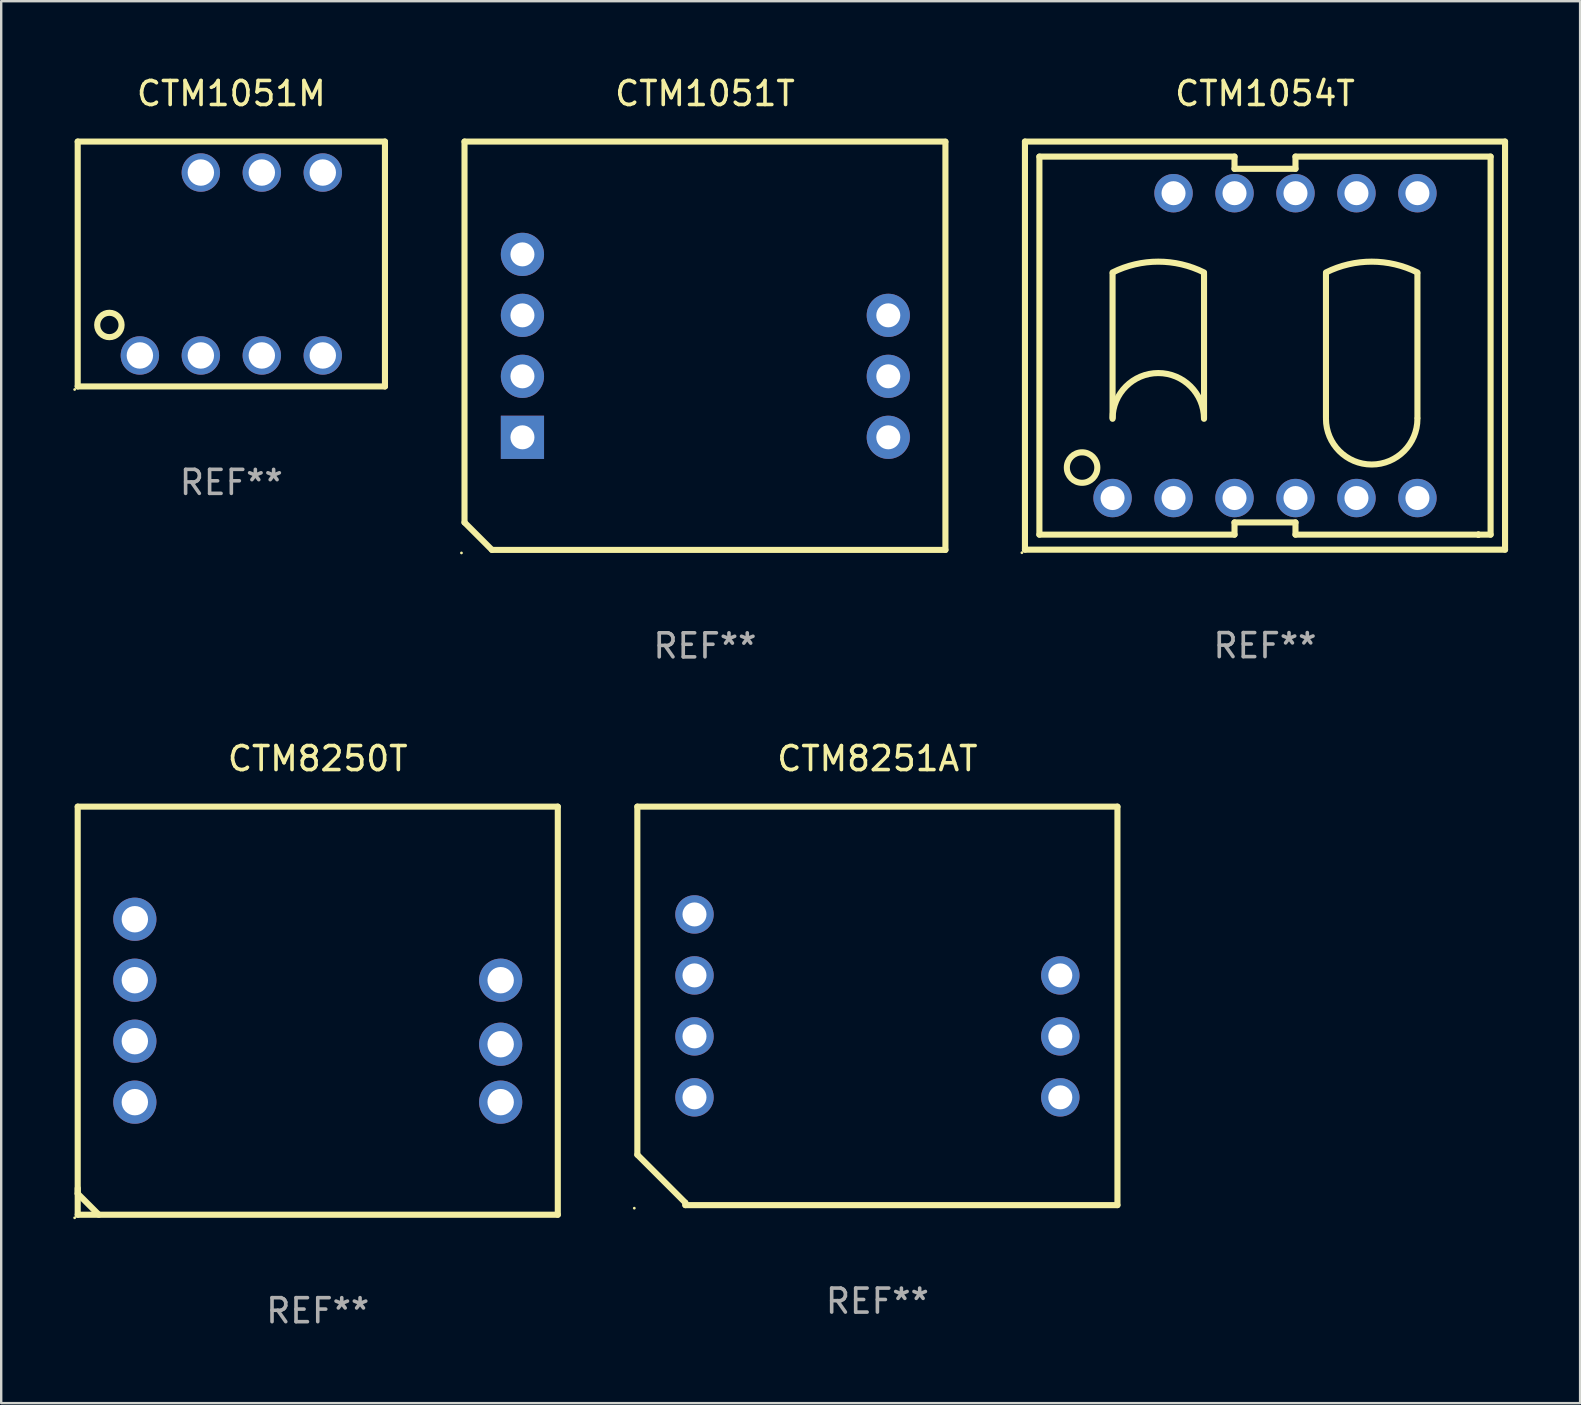
<source format=kicad_pcb>
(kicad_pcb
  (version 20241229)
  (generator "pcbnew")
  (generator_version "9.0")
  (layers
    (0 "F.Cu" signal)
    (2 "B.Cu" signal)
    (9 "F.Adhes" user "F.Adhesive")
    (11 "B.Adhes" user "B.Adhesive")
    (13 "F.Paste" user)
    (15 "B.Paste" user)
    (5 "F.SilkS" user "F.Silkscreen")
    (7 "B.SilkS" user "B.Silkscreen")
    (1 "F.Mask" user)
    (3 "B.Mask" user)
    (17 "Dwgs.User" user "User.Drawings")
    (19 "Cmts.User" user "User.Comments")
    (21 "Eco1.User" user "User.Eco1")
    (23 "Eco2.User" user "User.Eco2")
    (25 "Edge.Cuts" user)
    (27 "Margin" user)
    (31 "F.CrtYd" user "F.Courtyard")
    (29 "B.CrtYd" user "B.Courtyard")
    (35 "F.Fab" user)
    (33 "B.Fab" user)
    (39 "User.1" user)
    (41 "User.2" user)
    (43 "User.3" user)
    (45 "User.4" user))
  (footprint "CTM1054T"
    (layer "F.Cu")
    (at 49.648 11.348)
    (property "Reference" "CTM1054T" (at 0 -10.5 0) (layer "F.SilkS") (effects (font (size 1 1) (thickness 0.15))))
    (attr through_hole)
    (fp_line (start -10 -8.5) (end 10 -8.5) (stroke (width 0.254) (type solid)) (layer "F.SilkS"))
    (fp_line (start -10 8.5) (end -10 -8.5) (stroke (width 0.254) (type solid)) (layer "F.SilkS"))
    (fp_line (start -9.398 -7.874) (end -1.27 -7.874) (stroke (width 0.254) (type solid)) (layer "F.SilkS"))
    (fp_line (start -9.398 7.874) (end -9.398 -7.874) (stroke (width 0.254) (type solid)) (layer "F.SilkS"))
    (fp_line (start -6.35 3) (end -6.35 -3) (stroke (width 0.254) (type solid)) (layer "F.SilkS"))
    (fp_line (start -2.54 3) (end -2.54 -3) (stroke (width 0.254) (type solid)) (layer "F.SilkS"))
    (fp_line (start -1.27 -7.874) (end -1.27 -7.366) (stroke (width 0.254) (type solid)) (layer "F.SilkS"))
    (fp_line (start -1.27 -7.366) (end 1.27 -7.366) (stroke (width 0.254) (type solid)) (layer "F.SilkS"))
    (fp_line (start -1.27 7.366) (end -1.27 7.874) (stroke (width 0.254) (type solid)) (layer "F.SilkS"))
    (fp_line (start -1.27 7.874) (end -9.398 7.874) (stroke (width 0.254) (type solid)) (layer "F.SilkS"))
    (fp_line (start 1.27 -7.874) (end 9.398 -7.874) (stroke (width 0.254) (type solid)) (layer "F.SilkS"))
    (fp_line (start 1.27 -7.366) (end 1.27 -7.874) (stroke (width 0.254) (type solid)) (layer "F.SilkS"))
    (fp_line (start 1.27 7.366) (end -1.27 7.366) (stroke (width 0.254) (type solid)) (layer "F.SilkS"))
    (fp_line (start 1.27 7.874) (end 1.27 7.366) (stroke (width 0.254) (type solid)) (layer "F.SilkS"))
    (fp_line (start 2.54 3) (end 2.54 -3) (stroke (width 0.254) (type solid)) (layer "F.SilkS"))
    (fp_line (start 6.35 3) (end 6.35 -3) (stroke (width 0.254) (type solid)) (layer "F.SilkS"))
    (fp_line (start 8.89 7.874) (end 1.27 7.874) (stroke (width 0.254) (type solid)) (layer "F.SilkS"))
    (fp_line (start 8.89 7.874) (end 8.89 7.874) (stroke (width 0.254) (type solid)) (layer "F.SilkS"))
    (fp_line (start 8.89 7.874) (end 8.89 7.874) (stroke (width 0.254) (type solid)) (layer "F.SilkS"))
    (fp_line (start 9.398 -7.874) (end 9.398 7.874) (stroke (width 0.254) (type solid)) (layer "F.SilkS"))
    (fp_line (start 9.398 7.874) (end 8.89 7.874) (stroke (width 0.254) (type solid)) (layer "F.SilkS"))
    (fp_line (start 10 -8.5) (end 10 8.5) (stroke (width 0.254) (type solid)) (layer "F.SilkS"))
    (fp_line (start 10 8.5) (end -10 8.5) (stroke (width 0.254) (type solid)) (layer "F.SilkS"))
    (fp_arc (start -6.350013 -3.048133) (mid -4.445009 -3.497843) (end -2.540005 -3.048133) (stroke (width 0.254001) (type solid)) (layer "F.SilkS"))
    (fp_arc (start -6.350013 3.047879) (mid -4.445009 1.142875) (end -2.540005 3.047879) (stroke (width 0.254001) (type solid)) (layer "F.SilkS"))
    (fp_arc (start 2.540005 -3.048133) (mid 4.445009 -3.497843) (end 6.350013 -3.048133) (stroke (width 0.254001) (type solid)) (layer "F.SilkS"))
    (fp_arc (start 6.350013 3.047879) (mid 4.445009 4.952883) (end 2.540005 3.047879) (stroke (width 0.254001) (type solid)) (layer "F.SilkS"))
    (fp_circle (center -10.127 8.627) (end -10.097 8.627) (stroke (width 0.06) (type solid)) (fill no) (layer "F.SilkS"))
    (fp_circle (center -7.62 5.08) (end -6.985 5.08) (stroke (width 0.254) (type solid)) (fill no) (layer "F.SilkS"))
    (fp_text user "REF**" (at 0 12.5 0) (layer "F.Fab") (effects (font (size 1 1) (thickness 0.15))))
    (pad "1" thru_hole circle (at -6.35 6.35) (size 1.6 1.6) (drill 1) (layers "*.Cu" "*.Mask"))
    (pad "2" thru_hole circle (at -3.81 6.35) (size 1.6 1.6) (drill 1) (layers "*.Cu" "*.Mask"))
    (pad "3" thru_hole circle (at -1.27 6.35) (size 1.6 1.6) (drill 1) (layers "*.Cu" "*.Mask"))
    (pad "4" thru_hole circle (at 1.27 6.35) (size 1.6 1.6) (drill 1) (layers "*.Cu" "*.Mask"))
    (pad "5" thru_hole circle (at 3.81 6.35) (size 1.6 1.6) (drill 1) (layers "*.Cu" "*.Mask"))
    (pad "6" thru_hole circle (at 6.35 6.35) (size 1.6 1.6) (drill 1) (layers "*.Cu" "*.Mask"))
    (pad "7" thru_hole circle (at 6.35 -6.35) (size 1.6 1.6) (drill 1) (layers "*.Cu" "*.Mask"))
    (pad "8" thru_hole circle (at 3.81 -6.35) (size 1.6 1.6) (drill 1) (layers "*.Cu" "*.Mask"))
    (pad "9" thru_hole circle (at 1.27 -6.35) (size 1.6 1.6) (drill 1) (layers "*.Cu" "*.Mask"))
    (pad "10" thru_hole circle (at -1.27 -6.35) (size 1.6 1.6) (drill 1) (layers "*.Cu" "*.Mask"))
    (pad "11" thru_hole circle (at -3.81 -6.35) (size 1.6 1.6) (drill 1) (layers "*.Cu" "*.Mask")))
  (footprint "CTM8250T"
    (layer "F.Cu")
    (at 10.187 39.054)
    (property "Reference" "CTM8250T" (at 0 -10.5 0) (layer "F.SilkS") (effects (font (size 1 1) (thickness 0.15))))
    (attr through_hole)
    (fp_line (start -10 -8.5) (end -10 8.5) (stroke (width 0.254) (type solid)) (layer "F.SilkS"))
    (fp_line (start -10 -8.5) (end 10 -8.5) (stroke (width 0.254) (type solid)) (layer "F.SilkS"))
    (fp_line (start -10 7.399) (end -10 7.62) (stroke (width 0.254) (type solid)) (layer "F.SilkS"))
    (fp_line (start -10 7.62) (end -9.12 8.5) (stroke (width 0.254) (type solid)) (layer "F.SilkS"))
    (fp_line (start -10 8.5) (end 10 8.5) (stroke (width 0.254) (type solid)) (layer "F.SilkS"))
    (fp_line (start 10 -8.5) (end 10 8.5) (stroke (width 0.254) (type solid)) (layer "F.SilkS"))
    (fp_circle (center -10.127 8.627) (end -10.097 8.627) (stroke (width 0.06) (type solid)) (fill no) (layer "F.SilkS"))
    (fp_text user "REF**" (at 0 12.5 0) (layer "F.Fab") (effects (font (size 1 1) (thickness 0.15))))
    (pad "1" thru_hole circle (at -7.62 3.81) (size 1.8 1.8) (drill 1.1) (layers "*.Cu" "*.Mask"))
    (pad "2" thru_hole circle (at -7.62 1.27) (size 1.8 1.8) (drill 1.1) (layers "*.Cu" "*.Mask"))
    (pad "3" thru_hole circle (at -7.62 -1.27) (size 1.8 1.8) (drill 1.1) (layers "*.Cu" "*.Mask"))
    (pad "4" thru_hole circle (at -7.62 -3.81) (size 1.8 1.8) (drill 1.1) (layers "*.Cu" "*.Mask"))
    (pad "6" thru_hole circle (at 7.62 -1.27) (size 1.8 1.8) (drill 1.1) (layers "*.Cu" "*.Mask"))
    (pad "7" thru_hole circle (at 7.62 1.397) (size 1.8 1.8) (drill 1.1) (layers "*.Cu" "*.Mask"))
    (pad "8" thru_hole circle (at 7.62 3.81) (size 1.8 1.8) (drill 1.1) (layers "*.Cu" "*.Mask")))
  (footprint "CTM1051M"
    (layer "F.Cu")
    (at 6.587 7.948)
    (property "Reference" "CTM1051M" (at 0 -7.1 0) (layer "F.SilkS") (effects (font (size 1 1) (thickness 0.15))))
    (attr through_hole)
    (fp_line (start -6.4 -5.1) (end 6.4 -5.1) (stroke (width 0.254) (type solid)) (layer "F.SilkS"))
    (fp_line (start -6.4 5.1) (end -6.4 -5.1) (stroke (width 0.254) (type solid)) (layer "F.SilkS"))
    (fp_line (start 6.4 -5.1) (end 6.4 5.1) (stroke (width 0.254) (type solid)) (layer "F.SilkS"))
    (fp_line (start 6.4 5.1) (end -6.4 5.1) (stroke (width 0.254) (type solid)) (layer "F.SilkS"))
    (fp_circle (center -6.527 5.227) (end -6.497 5.227) (stroke (width 0.06) (type solid)) (fill no) (layer "F.SilkS"))
    (fp_circle (center -5.08 2.54) (end -4.572 2.54) (stroke (width 0.254) (type solid)) (fill no) (layer "F.SilkS"))
    (fp_text user "REF**" (at 0 9.1 0) (layer "F.Fab") (effects (font (size 1 1) (thickness 0.15))))
    (pad "1" thru_hole circle (at -3.81 3.81) (size 1.6 1.6) (drill 1.1) (layers "*.Cu" "*.Mask"))
    (pad "2" thru_hole circle (at -1.27 3.81) (size 1.6 1.6) (drill 1.1) (layers "*.Cu" "*.Mask"))
    (pad "3" thru_hole circle (at 1.27 3.81) (size 1.6 1.6) (drill 1.1) (layers "*.Cu" "*.Mask"))
    (pad "4" thru_hole circle (at 3.81 3.81) (size 1.6 1.6) (drill 1.1) (layers "*.Cu" "*.Mask"))
    (pad "5" thru_hole circle (at 3.81 -3.81) (size 1.6 1.6) (drill 1.1) (layers "*.Cu" "*.Mask"))
    (pad "6" thru_hole circle (at 1.27 -3.81) (size 1.6 1.6) (drill 1.1) (layers "*.Cu" "*.Mask"))
    (pad "7" thru_hole circle (at -1.27 -3.81) (size 1.6 1.6) (drill 1.1) (layers "*.Cu" "*.Mask")))
  (footprint "CTM8251AT"
    (layer "F.Cu")
    (at 33.501 38.854)
    (property "Reference" "CTM8251AT" (at 0 -10.3 0) (layer "F.SilkS") (effects (font (size 1 1) (thickness 0.15))))
    (attr through_hole)
    (fp_line (start -10 -8.3) (end -10 6.2) (stroke (width 0.254) (type solid)) (layer "F.SilkS"))
    (fp_line (start -10 -8.3) (end 10 -8.3) (stroke (width 0.254) (type solid)) (layer "F.SilkS"))
    (fp_line (start -8 8.2) (end -10 6.2) (stroke (width 0.254) (type solid)) (layer "F.SilkS"))
    (fp_line (start -8 8.3) (end -8 8.2) (stroke (width 0.254) (type solid)) (layer "F.SilkS"))
    (fp_line (start -8 8.3) (end 10 8.3) (stroke (width 0.254) (type solid)) (layer "F.SilkS"))
    (fp_line (start 10 -8.3) (end 10 8.3) (stroke (width 0.254) (type solid)) (layer "F.SilkS"))
    (fp_circle (center -10.127 8.427) (end -10.097 8.427) (stroke (width 0.06) (type solid)) (fill no) (layer "F.SilkS"))
    (fp_text user "REF**" (at 0 12.3 0) (layer "F.Fab") (effects (font (size 1 1) (thickness 0.15))))
    (pad "1" thru_hole circle (at -7.62 3.81) (size 1.6 1.6) (drill 1) (layers "*.Cu" "*.Mask"))
    (pad "2" thru_hole circle (at -7.62 1.27) (size 1.6 1.6) (drill 1) (layers "*.Cu" "*.Mask"))
    (pad "3" thru_hole circle (at -7.62 -1.27) (size 1.6 1.6) (drill 1) (layers "*.Cu" "*.Mask"))
    (pad "4" thru_hole circle (at -7.62 -3.81) (size 1.6 1.6) (drill 1) (layers "*.Cu" "*.Mask"))
    (pad "6" thru_hole circle (at 7.62 -1.27) (size 1.6 1.6) (drill 1) (layers "*.Cu" "*.Mask"))
    (pad "7" thru_hole circle (at 7.62 1.27) (size 1.6 1.6) (drill 1) (layers "*.Cu" "*.Mask"))
    (pad "8" thru_hole circle (at 7.62 3.81) (size 1.6 1.6) (drill 1) (layers "*.Cu" "*.Mask")))
  (footprint "CTM1051T"
    (layer "F.Cu")
    (at 26.318 11.353)
    (property "Reference" "CTM1051T" (at 0 -10.505 0) (layer "F.SilkS") (effects (font (size 1 1) (thickness 0.15))))
    (attr through_hole)
    (fp_line (start -10.017 -8.505) (end -10.017 7.362) (stroke (width 0.254) (type solid)) (layer "F.SilkS"))
    (fp_line (start -10.017 7.362) (end -8.874 8.505) (stroke (width 0.254) (type solid)) (layer "F.SilkS"))
    (fp_line (start -8.874 8.505) (end 10.017 8.505) (stroke (width 0.254) (type solid)) (layer "F.SilkS"))
    (fp_line (start 10.017 -8.505) (end -10.017 -8.505) (stroke (width 0.254) (type solid)) (layer "F.SilkS"))
    (fp_line (start 10.017 -8.496) (end 10.017 8.505) (stroke (width 0.254) (type solid)) (layer "F.SilkS"))
    (fp_circle (center -10.144 8.632) (end -10.114 8.632) (stroke (width 0.06) (type solid)) (fill no) (layer "F.SilkS"))
    (fp_text user "REF**" (at 0 12.505 0) (layer "F.Fab") (effects (font (size 1 1) (thickness 0.15))))
    (pad "1" thru_hole rect (at -7.604 3.815) (size 1.8 1.8) (drill 1) (layers "*.Cu" "*.Mask"))
    (pad "2" thru_hole circle (at -7.604 1.274) (size 1.8 1.8) (drill 1) (layers "*.Cu" "*.Mask"))
    (pad "3" thru_hole circle (at -7.604 -1.266) (size 1.8 1.8) (drill 1) (layers "*.Cu" "*.Mask"))
    (pad "4" thru_hole circle (at -7.604 -3.806) (size 1.8 1.8) (drill 1) (layers "*.Cu" "*.Mask"))
    (pad "6" thru_hole circle (at 7.637 -1.266) (size 1.8 1.8) (drill 1) (layers "*.Cu" "*.Mask"))
    (pad "7" thru_hole circle (at 7.637 1.274) (size 1.8 1.8) (drill 1) (layers "*.Cu" "*.Mask"))
    (pad "8" thru_hole circle (at 7.637 3.815) (size 1.8 1.8) (drill 1) (layers "*.Cu" "*.Mask")))
  (gr_rect
    (start -3 -3)
    (end 62.775 55.402)
    (stroke (width 0.1) (type default))
    (fill no)
    (layer "Edge.Cuts")))
</source>
